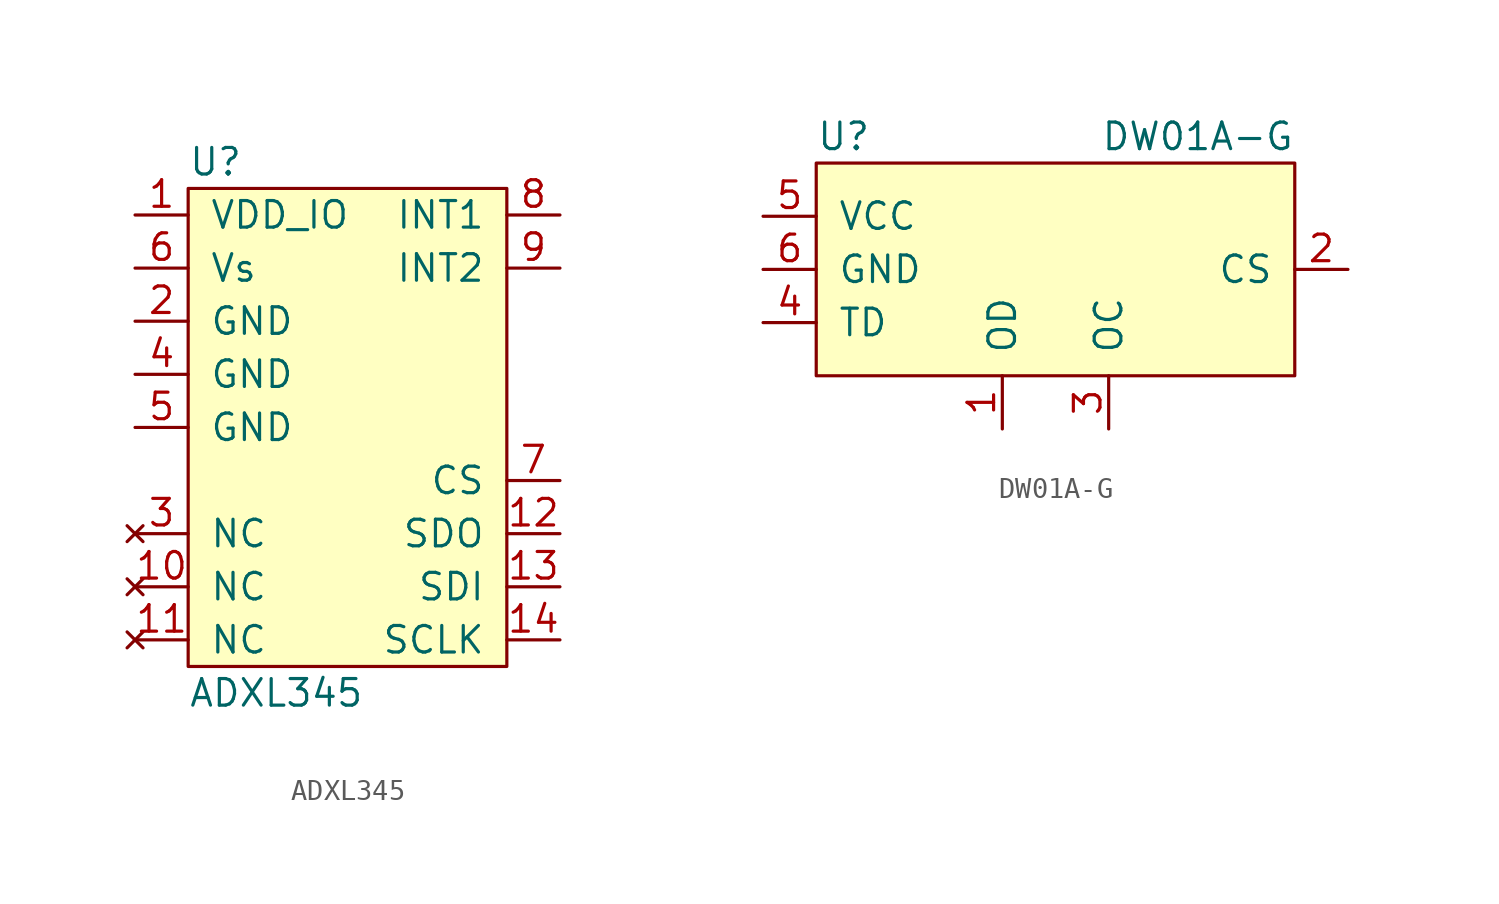
<source format=kicad_sym>
(kicad_symbol_lib
  (version 20211014)
  (generator kicad_symbol_editor)
  (symbol "ADXL345"
    (pin_names
      (offset 1.016))
    (property "Reference" "U"
      (at -7.62 12.7 0)
      (effects (font (size 1.27 1.27)) (justify left)))
    (property "Value" "ADXL345"
      (at -7.62 -12.7 0)
      (effects (font (size 1.27 1.27)) (justify left)))
    (symbol "ADXL345_0_1"
      (rectangle (start 7.62 11.43) (end -7.62 -11.43) (stroke (width 0) (type default) (color 0 0 0 0)) (fill (type background))))
    (symbol "ADXL345_1_1"
      (pin power_in line (at -10.16 10.16 0) (length 2.54) (name "VDD_IO" (effects (font (size 1.27 1.27)))) (number "1" (effects (font (size 1.27 1.27)))))
      (pin no_connect line (at -10.16 -7.62 0) (length 2.54) (name "NC" (effects (font (size 1.27 1.27)))) (number "10" (effects (font (size 1.27 1.27)))))
      (pin no_connect line (at -10.16 -10.16 0) (length 2.54) (name "NC" (effects (font (size 1.27 1.27)))) (number "11" (effects (font (size 1.27 1.27)))))
      (pin output line (at 10.16 -5.08 180) (length 2.54) (name "SDO" (effects (font (size 1.27 1.27)))) (number "12" (effects (font (size 1.27 1.27)))))
      (pin input line (at 10.16 -7.62 180) (length 2.54) (name "SDI" (effects (font (size 1.27 1.27)))) (number "13" (effects (font (size 1.27 1.27)))))
      (pin input line (at 10.16 -10.16 180) (length 2.54) (name "SCLK" (effects (font (size 1.27 1.27)))) (number "14" (effects (font (size 1.27 1.27)))))
      (pin power_in line (at -10.16 5.08 0) (length 2.54) (name "GND" (effects (font (size 1.27 1.27)))) (number "2" (effects (font (size 1.27 1.27)))))
      (pin no_connect line (at -10.16 -5.08 0) (length 2.54) (name "NC" (effects (font (size 1.27 1.27)))) (number "3" (effects (font (size 1.27 1.27)))))
      (pin power_in line (at -10.16 2.54 0) (length 2.54) (name "GND" (effects (font (size 1.27 1.27)))) (number "4" (effects (font (size 1.27 1.27)))))
      (pin power_in line (at -10.16 0 0) (length 2.54) (name "GND" (effects (font (size 1.27 1.27)))) (number "5" (effects (font (size 1.27 1.27)))))
      (pin power_in line (at -10.16 7.62 0) (length 2.54) (name "Vs" (effects (font (size 1.27 1.27)))) (number "6" (effects (font (size 1.27 1.27)))))
      (pin input line (at 10.16 -2.54 180) (length 2.54) (name "CS" (effects (font (size 1.27 1.27)))) (number "7" (effects (font (size 1.27 1.27)))))
      (pin output line (at 10.16 10.16 180) (length 2.54) (name "INT1" (effects (font (size 1.27 1.27)))) (number "8" (effects (font (size 1.27 1.27)))))
      (pin output line (at 10.16 7.62 180) (length 2.54) (name "INT2" (effects (font (size 1.27 1.27)))) (number "9" (effects (font (size 1.27 1.27)))))))
  (symbol "DW01A-G"
    (pin_names
      (offset 1.016))
    (property "Reference" "U"
      (at -11.43 6.35 0)
      (effects (font (size 1.27 1.27)) (justify left)))
    (property "Value" "DW01A-G"
      (at 11.43 6.35 0)
      (effects (font (size 1.27 1.27)) (justify right)))
    (symbol "DW01A-G_0_1"
      (rectangle (start -11.43 5.08) (end 11.43 -5.08) (stroke (width 0) (type default) (color 0 0 0 0)) (fill (type background))))
    (symbol "DW01A-G_1_1"
      (pin output line (at -2.54 -7.62 90) (length 2.54) (name "OD" (effects (font (size 1.27 1.27)))) (number "1" (effects (font (size 1.27 1.27)))))
      (pin input line (at 13.97 0 180) (length 2.54) (name "CS" (effects (font (size 1.27 1.27)))) (number "2" (effects (font (size 1.27 1.27)))))
      (pin output line (at 2.54 -7.62 90) (length 2.54) (name "OC" (effects (font (size 1.27 1.27)))) (number "3" (effects (font (size 1.27 1.27)))))
      (pin input line (at -13.97 -2.54 0) (length 2.54) (name "TD" (effects (font (size 1.27 1.27)))) (number "4" (effects (font (size 1.27 1.27)))))
      (pin power_in line (at -13.97 2.54 0) (length 2.54) (name "VCC" (effects (font (size 1.27 1.27)))) (number "5" (effects (font (size 1.27 1.27)))))
      (pin power_in line (at -13.97 0 0) (length 2.54) (name "GND" (effects (font (size 1.27 1.27)))) (number "6" (effects (font (size 1.27 1.27))))))))
</source>
